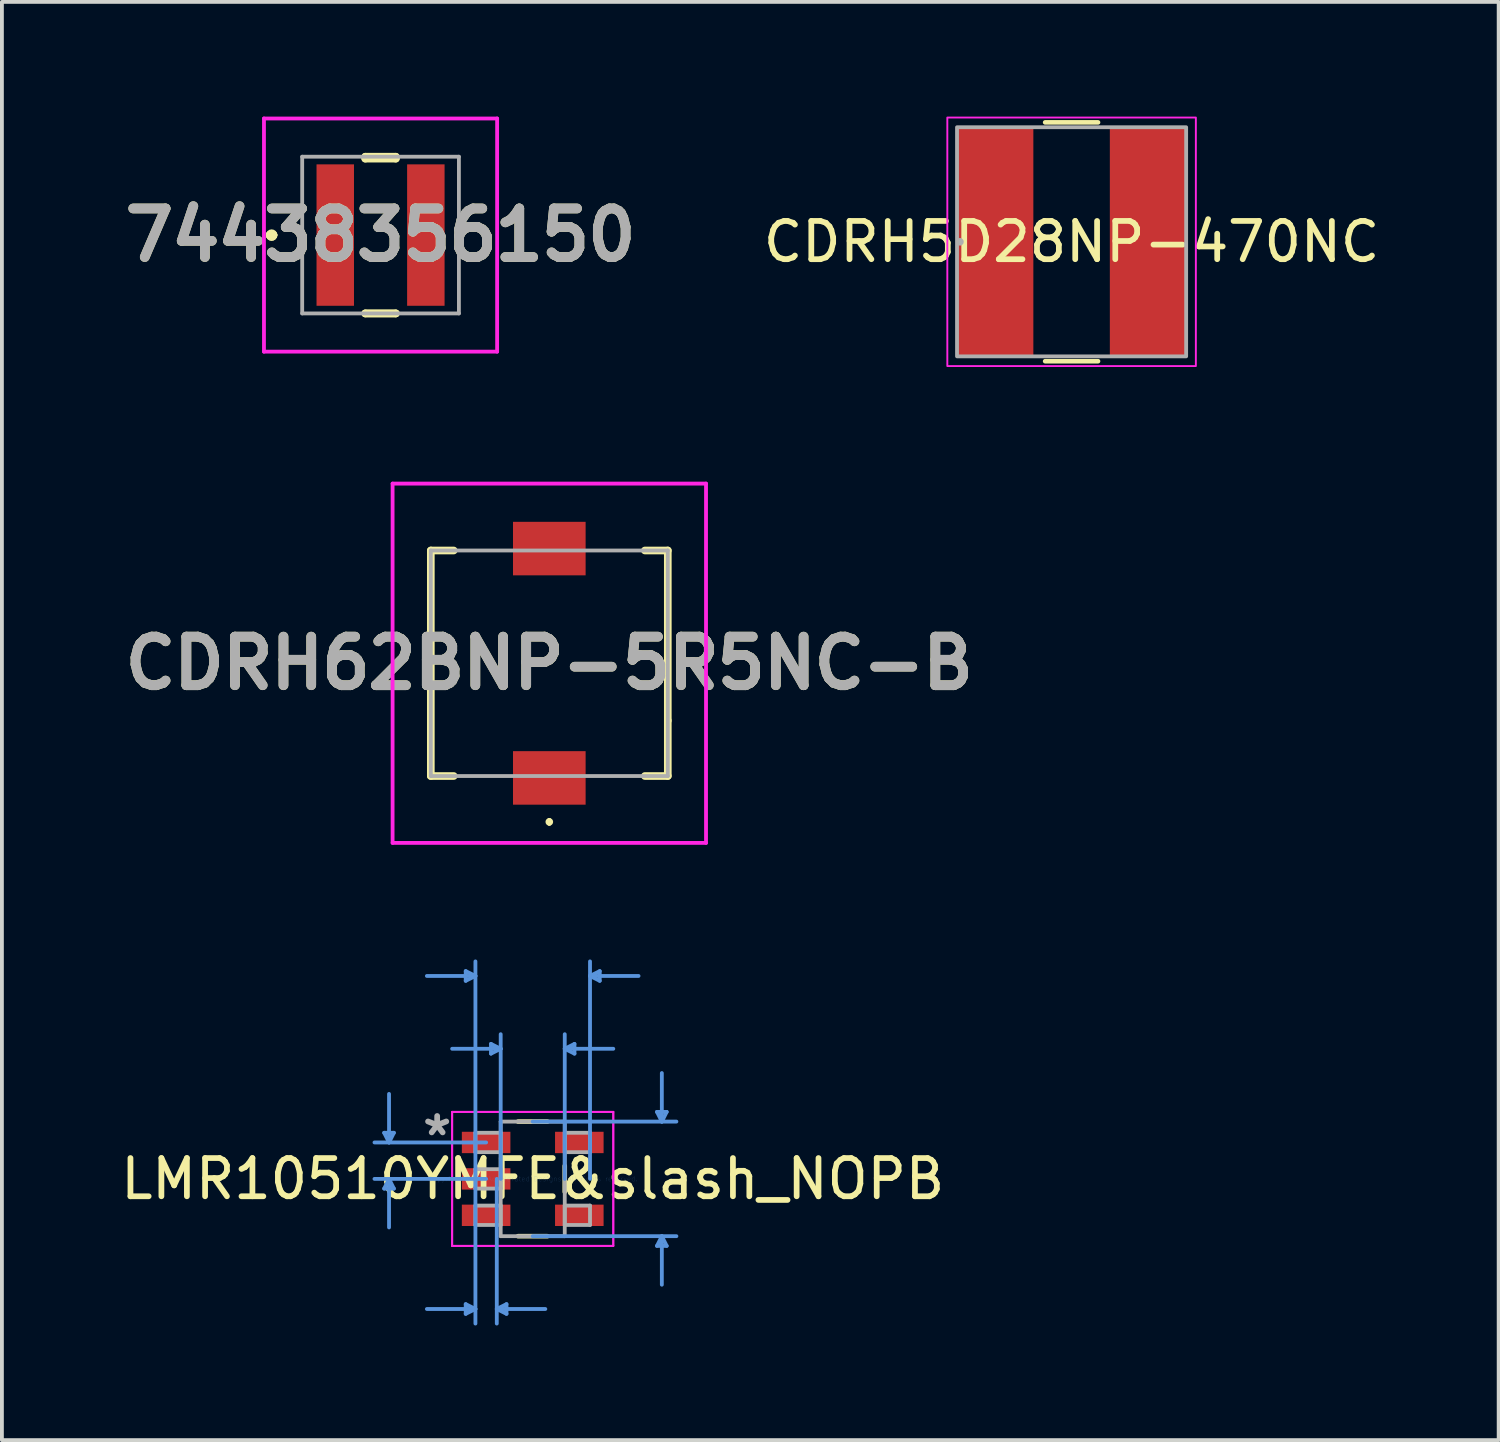
<source format=kicad_pcb>
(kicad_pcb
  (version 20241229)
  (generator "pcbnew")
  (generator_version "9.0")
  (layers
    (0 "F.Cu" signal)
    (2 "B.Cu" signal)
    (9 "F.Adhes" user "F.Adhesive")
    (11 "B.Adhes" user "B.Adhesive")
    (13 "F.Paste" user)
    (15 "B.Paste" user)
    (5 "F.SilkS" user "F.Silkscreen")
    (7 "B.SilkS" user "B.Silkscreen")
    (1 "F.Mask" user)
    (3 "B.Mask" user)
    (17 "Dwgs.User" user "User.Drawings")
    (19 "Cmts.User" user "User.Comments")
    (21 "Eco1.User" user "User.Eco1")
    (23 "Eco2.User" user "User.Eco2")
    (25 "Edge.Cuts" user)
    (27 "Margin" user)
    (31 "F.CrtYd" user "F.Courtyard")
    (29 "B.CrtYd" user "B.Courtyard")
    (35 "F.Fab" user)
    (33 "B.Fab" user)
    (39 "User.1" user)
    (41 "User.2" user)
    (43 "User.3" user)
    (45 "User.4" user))
  (footprint "CDRH62BNP-5R5NC-B"
    (layer "F.Cu")
    (at 11.321 14.302)
    (property "Reference" "CDRH62BNP-5R5NC-B" (at 0 0 0) (layer "F.SilkS") (effects (font (size 1.27 1.27) (thickness 0.254))))
    (attr smd)
    (fp_line (start -3.1 -2.95) (end -2.5 -2.95) (stroke (width 0.2) (type solid)) (layer "F.SilkS"))
    (fp_line (start -3.1 2.95) (end -3.1 -2.95) (stroke (width 0.2) (type solid)) (layer "F.SilkS"))
    (fp_line (start -2.5 2.95) (end -3.1 2.95) (stroke (width 0.2) (type solid)) (layer "F.SilkS"))
    (fp_line (start 0 4.1) (end 0 4.1) (stroke (width 0.1) (type solid)) (layer "F.SilkS"))
    (fp_line (start 0 4.2) (end 0 4.2) (stroke (width 0.1) (type solid)) (layer "F.SilkS"))
    (fp_line (start 2.5 -2.95) (end 3.1 -2.95) (stroke (width 0.2) (type solid)) (layer "F.SilkS"))
    (fp_line (start 3.1 -2.95) (end 3.1 1.5) (stroke (width 0.2) (type solid)) (layer "F.SilkS"))
    (fp_line (start 3.1 1.5) (end 3.1 2.95) (stroke (width 0.2) (type solid)) (layer "F.SilkS"))
    (fp_line (start 3.1 2.95) (end 2.5 2.95) (stroke (width 0.2) (type solid)) (layer "F.SilkS"))
    (fp_arc (start 0 4.1) (mid 0.05 4.15) (end 0 4.2) (stroke (width 0.1) (type solid)) (layer "F.SilkS"))
    (fp_arc (start 0 4.2) (mid -0.05 4.15) (end 0 4.1) (stroke (width 0.1) (type solid)) (layer "F.SilkS"))
    (fp_line (start -4.1 -4.7) (end 4.1 -4.7) (stroke (width 0.1) (type solid)) (layer "F.CrtYd"))
    (fp_line (start -4.1 4.7) (end -4.1 -4.7) (stroke (width 0.1) (type solid)) (layer "F.CrtYd"))
    (fp_line (start 4.1 -4.7) (end 4.1 4.7) (stroke (width 0.1) (type solid)) (layer "F.CrtYd"))
    (fp_line (start 4.1 4.7) (end -4.1 4.7) (stroke (width 0.1) (type solid)) (layer "F.CrtYd"))
    (fp_line (start -3.1 -2.95) (end 3.1 -2.95) (stroke (width 0.1) (type solid)) (layer "F.Fab"))
    (fp_line (start -3.1 2.95) (end -3.1 -2.95) (stroke (width 0.1) (type solid)) (layer "F.Fab"))
    (fp_line (start 3.1 -2.95) (end 3.1 2.95) (stroke (width 0.1) (type solid)) (layer "F.Fab"))
    (fp_line (start 3.1 2.95) (end -3.1 2.95) (stroke (width 0.1) (type solid)) (layer "F.Fab"))
    (fp_text user "${REFERENCE}" (at 0 0 0) (layer "F.Fab") (effects (font (size 1.27 1.27) (thickness 0.254))))
    (pad "1" smd rect (at 0 3 90) (size 1.4 1.9) (layers "F.Cu" "F.Mask" "F.Paste"))
    (pad "2" smd rect (at 0 -3 90) (size 1.4 1.9) (layers "F.Cu" "F.Mask" "F.Paste")))
  (footprint "CDRH5D28NP-470NC"
    (layer "F.Cu")
    (at 24.985 3.276)
    (property "Reference" "CDRH5D28NP-470NC" (at 0 0 0) (layer "F.SilkS") (effects (font (size 1 1) (thickness 0.15))))
    (attr through_hole)
    (fp_line (start -0.692 3.124) (end 0.692 3.124) (stroke (width 0.12) (type solid)) (layer "F.SilkS"))
    (fp_line (start 0.692 -3.124) (end -0.692 -3.124) (stroke (width 0.12) (type solid)) (layer "F.SilkS"))
    (fp_rect (start -3.251 -3.251) (end 3.251 3.251) (stroke (width 0.05) (type solid)) (fill no) (layer "F.CrtYd"))
    (fp_rect (start -2.997 -2.997) (end 2.997 2.997) (stroke (width 0.1) (type solid)) (fill no) (layer "F.Fab"))
    (fp_circle (center -2.921 0) (end -2.921 0) (stroke (width 0.1) (type solid)) (fill no) (layer "F.Fab"))
    (pad "1" smd rect (at -1.999 0) (size 1.997 5.994) (layers "F.Cu" "F.Mask" "F.Paste"))
    (pad "2" smd rect (at 1.999 0) (size 1.997 5.994) (layers "F.Cu" "F.Mask" "F.Paste")))
  (footprint "LMR10510YMFE&slash_NOPB"
    (layer "F.Cu")
    (at 10.887 27.792)
    (property "Reference" "LMR10510YMFE&slash_NOPB" (at 0 0 0) (layer "F.SilkS") (effects (font (size 1 1) (thickness 0.15))))
    (attr through_hole)
    (fp_line (start -0.385 1.499) (end 0.385 1.499) (stroke (width 0.12) (type solid)) (layer "F.SilkS"))
    (fp_line (start 0.385 -1.499) (end -0.385 -1.499) (stroke (width 0.12) (type solid)) (layer "F.SilkS"))
    (fp_line (start 0.838 0.34) (end 0.838 -0.34) (stroke (width 0.12) (type solid)) (layer "F.SilkS"))
    (fp_line (start -3.886 -1.206) (end -3.632 -1.206) (stroke (width 0.1) (type solid)) (layer "Cmts.User"))
    (fp_line (start -3.886 0.254) (end -3.632 0.254) (stroke (width 0.1) (type solid)) (layer "Cmts.User"))
    (fp_line (start -3.759 -0.953) (end -3.886 -1.206) (stroke (width 0.1) (type solid)) (layer "Cmts.User"))
    (fp_line (start -3.759 -0.953) (end -3.759 -2.223) (stroke (width 0.1) (type solid)) (layer "Cmts.User"))
    (fp_line (start -3.759 -0.953) (end -3.632 -1.206) (stroke (width 0.1) (type solid)) (layer "Cmts.User"))
    (fp_line (start -3.759 0) (end -3.886 0.254) (stroke (width 0.1) (type solid)) (layer "Cmts.User"))
    (fp_line (start -3.759 0) (end -3.759 1.27) (stroke (width 0.1) (type solid)) (layer "Cmts.User"))
    (fp_line (start -3.759 0) (end -3.632 0.254) (stroke (width 0.1) (type solid)) (layer "Cmts.User"))
    (fp_line (start -1.753 -5.436) (end -1.753 -5.182) (stroke (width 0.1) (type solid)) (layer "Cmts.User"))
    (fp_line (start -1.753 3.277) (end -1.753 3.531) (stroke (width 0.1) (type solid)) (layer "Cmts.User"))
    (fp_line (start -1.499 -5.309) (end -2.769 -5.309) (stroke (width 0.1) (type solid)) (layer "Cmts.User"))
    (fp_line (start -1.499 -5.309) (end -1.753 -5.436) (stroke (width 0.1) (type solid)) (layer "Cmts.User"))
    (fp_line (start -1.499 -5.309) (end -1.753 -5.182) (stroke (width 0.1) (type solid)) (layer "Cmts.User"))
    (fp_line (start -1.499 0) (end -1.499 -5.69) (stroke (width 0.1) (type solid)) (layer "Cmts.User"))
    (fp_line (start -1.499 0) (end -1.499 3.785) (stroke (width 0.1) (type solid)) (layer "Cmts.User"))
    (fp_line (start -1.499 3.404) (end -2.769 3.404) (stroke (width 0.1) (type solid)) (layer "Cmts.User"))
    (fp_line (start -1.499 3.404) (end -1.753 3.277) (stroke (width 0.1) (type solid)) (layer "Cmts.User"))
    (fp_line (start -1.499 3.404) (end -1.753 3.531) (stroke (width 0.1) (type solid)) (layer "Cmts.User"))
    (fp_line (start -1.219 -0.953) (end -4.14 -0.953) (stroke (width 0.1) (type solid)) (layer "Cmts.User"))
    (fp_line (start -1.219 0) (end -4.14 0) (stroke (width 0.1) (type solid)) (layer "Cmts.User"))
    (fp_line (start -1.092 -3.531) (end -1.092 -3.277) (stroke (width 0.1) (type solid)) (layer "Cmts.User"))
    (fp_line (start -0.94 0) (end -0.94 3.785) (stroke (width 0.1) (type solid)) (layer "Cmts.User"))
    (fp_line (start -0.94 3.404) (end -0.686 3.277) (stroke (width 0.1) (type solid)) (layer "Cmts.User"))
    (fp_line (start -0.94 3.404) (end -0.686 3.531) (stroke (width 0.1) (type solid)) (layer "Cmts.User"))
    (fp_line (start -0.94 3.404) (end 0.33 3.404) (stroke (width 0.1) (type solid)) (layer "Cmts.User"))
    (fp_line (start -0.838 -3.404) (end -2.108 -3.404) (stroke (width 0.1) (type solid)) (layer "Cmts.User"))
    (fp_line (start -0.838 -3.404) (end -1.092 -3.531) (stroke (width 0.1) (type solid)) (layer "Cmts.User"))
    (fp_line (start -0.838 -3.404) (end -1.092 -3.277) (stroke (width 0.1) (type solid)) (layer "Cmts.User"))
    (fp_line (start -0.838 0) (end -0.838 -3.785) (stroke (width 0.1) (type solid)) (layer "Cmts.User"))
    (fp_line (start -0.686 3.277) (end -0.686 3.531) (stroke (width 0.1) (type solid)) (layer "Cmts.User"))
    (fp_line (start 0 -1.499) (end 3.759 -1.499) (stroke (width 0.1) (type solid)) (layer "Cmts.User"))
    (fp_line (start 0 1.499) (end 3.759 1.499) (stroke (width 0.1) (type solid)) (layer "Cmts.User"))
    (fp_line (start 0.838 -3.404) (end 1.092 -3.531) (stroke (width 0.1) (type solid)) (layer "Cmts.User"))
    (fp_line (start 0.838 -3.404) (end 1.092 -3.277) (stroke (width 0.1) (type solid)) (layer "Cmts.User"))
    (fp_line (start 0.838 -3.404) (end 2.108 -3.404) (stroke (width 0.1) (type solid)) (layer "Cmts.User"))
    (fp_line (start 0.838 0) (end 0.838 -3.785) (stroke (width 0.1) (type solid)) (layer "Cmts.User"))
    (fp_line (start 1.092 -3.531) (end 1.092 -3.277) (stroke (width 0.1) (type solid)) (layer "Cmts.User"))
    (fp_line (start 1.499 -5.309) (end 1.753 -5.436) (stroke (width 0.1) (type solid)) (layer "Cmts.User"))
    (fp_line (start 1.499 -5.309) (end 1.753 -5.182) (stroke (width 0.1) (type solid)) (layer "Cmts.User"))
    (fp_line (start 1.499 -5.309) (end 2.769 -5.309) (stroke (width 0.1) (type solid)) (layer "Cmts.User"))
    (fp_line (start 1.499 0) (end 1.499 -5.69) (stroke (width 0.1) (type solid)) (layer "Cmts.User"))
    (fp_line (start 1.753 -5.436) (end 1.753 -5.182) (stroke (width 0.1) (type solid)) (layer "Cmts.User"))
    (fp_line (start 3.251 -1.753) (end 3.505 -1.753) (stroke (width 0.1) (type solid)) (layer "Cmts.User"))
    (fp_line (start 3.251 1.753) (end 3.505 1.753) (stroke (width 0.1) (type solid)) (layer "Cmts.User"))
    (fp_line (start 3.378 -1.499) (end 3.251 -1.753) (stroke (width 0.1) (type solid)) (layer "Cmts.User"))
    (fp_line (start 3.378 -1.499) (end 3.378 -2.769) (stroke (width 0.1) (type solid)) (layer "Cmts.User"))
    (fp_line (start 3.378 -1.499) (end 3.505 -1.753) (stroke (width 0.1) (type solid)) (layer "Cmts.User"))
    (fp_line (start 3.378 1.499) (end 3.251 1.753) (stroke (width 0.1) (type solid)) (layer "Cmts.User"))
    (fp_line (start 3.378 1.499) (end 3.378 2.769) (stroke (width 0.1) (type solid)) (layer "Cmts.User"))
    (fp_line (start 3.378 1.499) (end 3.505 1.753) (stroke (width 0.1) (type solid)) (layer "Cmts.User"))
    (fp_line (start -2.108 -1.753) (end 2.108 -1.753) (stroke (width 0.05) (type solid)) (layer "F.CrtYd"))
    (fp_line (start -2.108 -1.753) (end 2.108 -1.753) (stroke (width 0.05) (type solid)) (layer "F.CrtYd"))
    (fp_line (start -2.108 1.753) (end -2.108 -1.753) (stroke (width 0.05) (type solid)) (layer "F.CrtYd"))
    (fp_line (start -2.108 1.753) (end -2.108 -1.753) (stroke (width 0.05) (type solid)) (layer "F.CrtYd"))
    (fp_line (start 2.108 -1.753) (end 2.108 1.753) (stroke (width 0.05) (type solid)) (layer "F.CrtYd"))
    (fp_line (start 2.108 -1.753) (end 2.108 1.753) (stroke (width 0.05) (type solid)) (layer "F.CrtYd"))
    (fp_line (start 2.108 1.753) (end -2.108 1.753) (stroke (width 0.05) (type solid)) (layer "F.CrtYd"))
    (fp_line (start 2.108 1.753) (end -2.108 1.753) (stroke (width 0.05) (type solid)) (layer "F.CrtYd"))
    (fp_line (start -1.499 -1.206) (end -1.499 -0.699) (stroke (width 0.1) (type solid)) (layer "F.Fab"))
    (fp_line (start -1.499 -0.699) (end -0.838 -0.699) (stroke (width 0.1) (type solid)) (layer "F.Fab"))
    (fp_line (start -1.499 -0.254) (end -1.499 0.254) (stroke (width 0.1) (type solid)) (layer "F.Fab"))
    (fp_line (start -1.499 0.254) (end -0.838 0.254) (stroke (width 0.1) (type solid)) (layer "F.Fab"))
    (fp_line (start -1.499 0.699) (end -1.499 1.206) (stroke (width 0.1) (type solid)) (layer "F.Fab"))
    (fp_line (start -1.499 1.206) (end -0.838 1.206) (stroke (width 0.1) (type solid)) (layer "F.Fab"))
    (fp_line (start -0.838 -1.499) (end -0.838 1.499) (stroke (width 0.1) (type solid)) (layer "F.Fab"))
    (fp_line (start -0.838 -1.206) (end -1.499 -1.206) (stroke (width 0.1) (type solid)) (layer "F.Fab"))
    (fp_line (start -0.838 -0.699) (end -0.838 -1.206) (stroke (width 0.1) (type solid)) (layer "F.Fab"))
    (fp_line (start -0.838 -0.254) (end -1.499 -0.254) (stroke (width 0.1) (type solid)) (layer "F.Fab"))
    (fp_line (start -0.838 0.254) (end -0.838 -0.254) (stroke (width 0.1) (type solid)) (layer "F.Fab"))
    (fp_line (start -0.838 0.699) (end -1.499 0.699) (stroke (width 0.1) (type solid)) (layer "F.Fab"))
    (fp_line (start -0.838 1.206) (end -0.838 0.699) (stroke (width 0.1) (type solid)) (layer "F.Fab"))
    (fp_line (start -0.838 1.499) (end 0.838 1.499) (stroke (width 0.1) (type solid)) (layer "F.Fab"))
    (fp_line (start 0.838 -1.499) (end -0.838 -1.499) (stroke (width 0.1) (type solid)) (layer "F.Fab"))
    (fp_line (start 0.838 -1.206) (end 0.838 -0.699) (stroke (width 0.1) (type solid)) (layer "F.Fab"))
    (fp_line (start 0.838 -0.699) (end 1.499 -0.699) (stroke (width 0.1) (type solid)) (layer "F.Fab"))
    (fp_line (start 0.838 0.699) (end 0.838 1.206) (stroke (width 0.1) (type solid)) (layer "F.Fab"))
    (fp_line (start 0.838 1.206) (end 1.499 1.206) (stroke (width 0.1) (type solid)) (layer "F.Fab"))
    (fp_line (start 0.838 1.499) (end 0.838 -1.499) (stroke (width 0.1) (type solid)) (layer "F.Fab"))
    (fp_line (start 1.499 -1.206) (end 0.838 -1.206) (stroke (width 0.1) (type solid)) (layer "F.Fab"))
    (fp_line (start 1.499 -0.699) (end 1.499 -1.206) (stroke (width 0.1) (type solid)) (layer "F.Fab"))
    (fp_line (start 1.499 0.699) (end 0.838 0.699) (stroke (width 0.1) (type solid)) (layer "F.Fab"))
    (fp_line (start 1.499 1.206) (end 1.499 0.699) (stroke (width 0.1) (type solid)) (layer "F.Fab"))
    (fp_text user "Copyright 2021 Accelerated Designs. All rights reserved." (at 0 0 0) (layer "Cmts.User") (effects (font (size 0.127 0.127) (thickness 0.002))))
    (fp_text user "*" (at -2.5 -1.1 0) (layer "F.Fab") (effects (font (size 1 1) (thickness 0.15))))
    (pad "1" smd rect (at -1.219 -0.953) (size 1.27 0.559) (layers "F.Cu" "F.Mask" "F.Paste"))
    (pad "2" smd rect (at -1.219 0) (size 1.27 0.559) (layers "F.Cu" "F.Mask" "F.Paste"))
    (pad "3" smd rect (at -1.219 0.953) (size 1.27 0.559) (layers "F.Cu" "F.Mask" "F.Paste"))
    (pad "4" smd rect (at 1.219 0.953) (size 1.27 0.559) (layers "F.Cu" "F.Mask" "F.Paste"))
    (pad "5" smd rect (at 1.219 -0.953) (size 1.27 0.559) (layers "F.Cu" "F.Mask" "F.Paste")))
  (footprint "74438356150"
    (layer "F.Cu")
    (at 6.906 3.1)
    (property "Reference" "74438356150" (at 0 0 0) (layer "F.SilkS") (effects (font (size 1.27 1.27) (thickness 0.254))))
    (attr smd)
    (fp_line (start -2.9 0) (end -2.9 0) (stroke (width 0.2) (type solid)) (layer "F.SilkS"))
    (fp_line (start -2.9 0) (end -2.9 0) (stroke (width 0.2) (type solid)) (layer "F.SilkS"))
    (fp_line (start -2.8 0) (end -2.8 0) (stroke (width 0.2) (type solid)) (layer "F.SilkS"))
    (fp_line (start -0.4 -2.05) (end -0.4 -2) (stroke (width 0.2) (type solid)) (layer "F.SilkS"))
    (fp_line (start -0.4 -2) (end 0.4 -2) (stroke (width 0.2) (type solid)) (layer "F.SilkS"))
    (fp_line (start -0.4 2.05) (end -0.4 2.05) (stroke (width 0.2) (type solid)) (layer "F.SilkS"))
    (fp_line (start -0.4 2.05) (end 0.4 2.05) (stroke (width 0.2) (type solid)) (layer "F.SilkS"))
    (fp_line (start 0.4 -2.05) (end -0.4 -2.05) (stroke (width 0.2) (type solid)) (layer "F.SilkS"))
    (fp_line (start 0.4 -2) (end 0.4 -2.05) (stroke (width 0.2) (type solid)) (layer "F.SilkS"))
    (fp_line (start 0.4 2.05) (end -0.4 2.05) (stroke (width 0.2) (type solid)) (layer "F.SilkS"))
    (fp_line (start 0.4 2.05) (end 0.4 2.05) (stroke (width 0.2) (type solid)) (layer "F.SilkS"))
    (fp_arc (start -2.9 0) (mid -2.85 -0.05) (end -2.8 0) (stroke (width 0.2) (type solid)) (layer "F.SilkS"))
    (fp_arc (start -2.8 0) (mid -2.85 0.05) (end -2.9 0) (stroke (width 0.2) (type solid)) (layer "F.SilkS"))
    (fp_arc (start -2.8 0) (mid -2.85 0.05) (end -2.9 0) (stroke (width 0.2) (type solid)) (layer "F.SilkS"))
    (fp_line (start -3.05 -3.05) (end 3.05 -3.05) (stroke (width 0.1) (type solid)) (layer "F.CrtYd"))
    (fp_line (start -3.05 3.05) (end -3.05 -3.05) (stroke (width 0.1) (type solid)) (layer "F.CrtYd"))
    (fp_line (start 3.05 -3.05) (end 3.05 3.05) (stroke (width 0.1) (type solid)) (layer "F.CrtYd"))
    (fp_line (start 3.05 3.05) (end -3.05 3.05) (stroke (width 0.1) (type solid)) (layer "F.CrtYd"))
    (fp_line (start -2.05 -2.05) (end -2.05 2.05) (stroke (width 0.1) (type solid)) (layer "F.Fab"))
    (fp_line (start -2.05 2.05) (end 2.05 2.05) (stroke (width 0.1) (type solid)) (layer "F.Fab"))
    (fp_line (start 2.05 -2.05) (end -2.05 -2.05) (stroke (width 0.1) (type solid)) (layer "F.Fab"))
    (fp_line (start 2.05 2.05) (end 2.05 -2.05) (stroke (width 0.1) (type solid)) (layer "F.Fab"))
    (fp_text user "${REFERENCE}" (at 0 0 0) (layer "F.Fab") (effects (font (size 1.27 1.27) (thickness 0.254))))
    (pad "1" smd rect (at -1.185 0) (size 0.98 3.7) (layers "F.Cu" "F.Mask" "F.Paste"))
    (pad "2" smd rect (at 1.185 0) (size 0.98 3.7) (layers "F.Cu" "F.Mask" "F.Paste")))
  (gr_rect
    (start -3 -3)
    (end 36.158 34.627)
    (stroke (width 0.1) (type default))
    (fill no)
    (layer "Edge.Cuts")))
</source>
